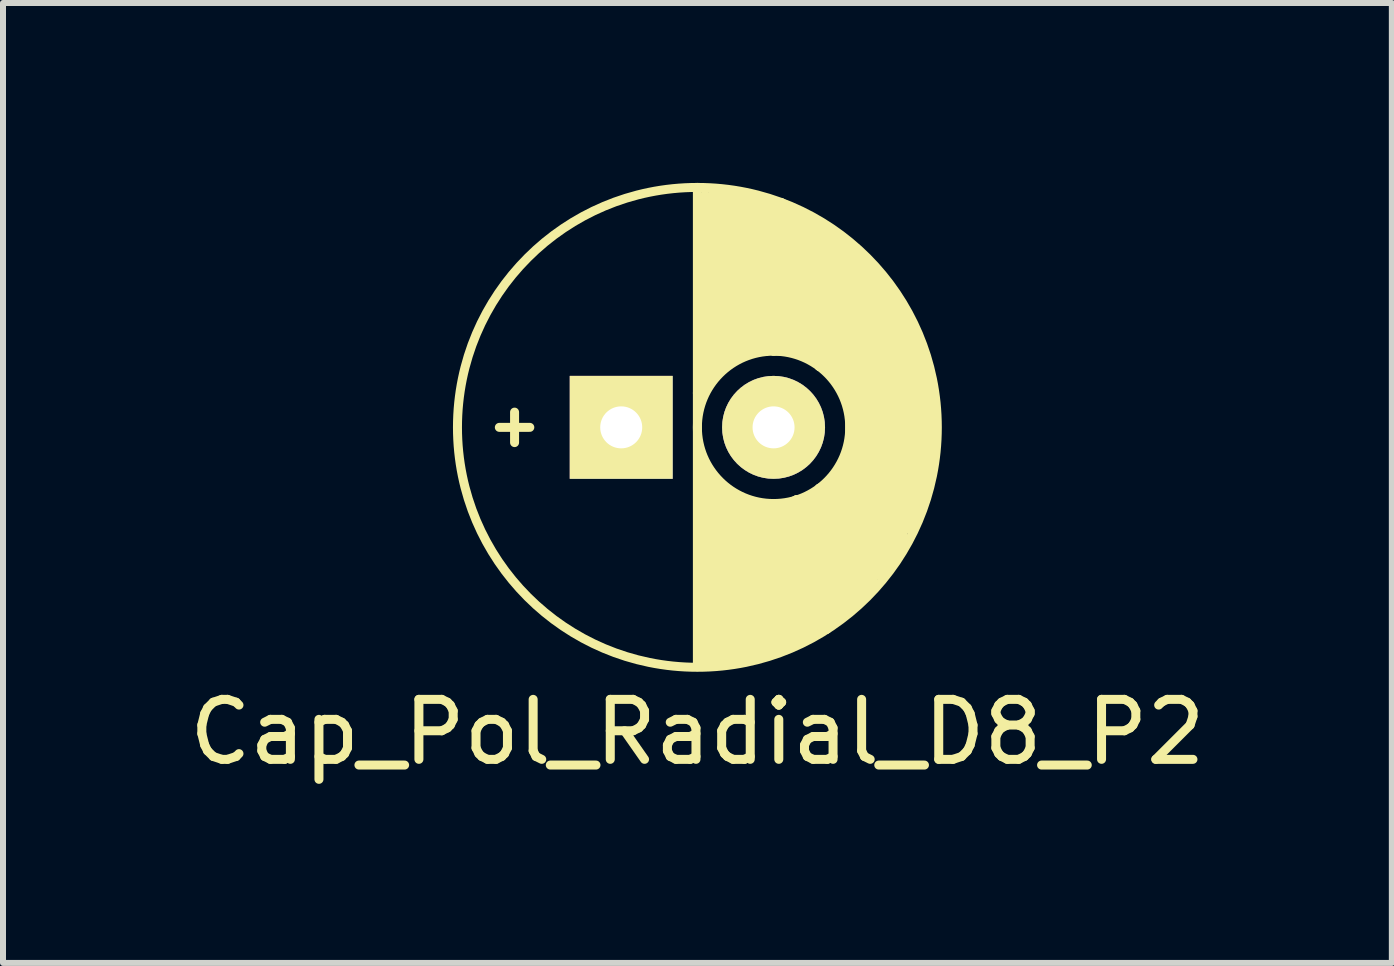
<source format=kicad_pcb>
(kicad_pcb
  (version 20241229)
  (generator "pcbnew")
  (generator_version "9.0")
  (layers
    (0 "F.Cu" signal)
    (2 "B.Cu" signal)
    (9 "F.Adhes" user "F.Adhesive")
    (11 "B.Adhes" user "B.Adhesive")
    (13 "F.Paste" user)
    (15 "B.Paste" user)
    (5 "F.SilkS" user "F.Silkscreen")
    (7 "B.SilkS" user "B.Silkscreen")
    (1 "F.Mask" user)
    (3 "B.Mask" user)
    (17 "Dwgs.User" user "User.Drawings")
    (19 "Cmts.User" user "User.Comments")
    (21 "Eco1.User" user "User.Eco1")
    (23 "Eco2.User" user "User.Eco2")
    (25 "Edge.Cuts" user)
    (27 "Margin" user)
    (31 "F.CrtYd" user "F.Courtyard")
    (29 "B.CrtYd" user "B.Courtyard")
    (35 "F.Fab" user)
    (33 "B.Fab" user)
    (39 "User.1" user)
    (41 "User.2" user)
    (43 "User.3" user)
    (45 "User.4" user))
  (footprint "Cap_Pol_Radial_D8_P2"
    (layer "F.Cu")
    (at 7.307 4.075)
    (property "Reference" "Cap_Pol_Radial_D8_P2" (at 1.27 5.08 180) (layer "F.SilkS") (effects (font (size 1 1) (thickness 0.15))))
    (attr through_hole)
    (fp_line (start -1.778 -0.254) (end -1.778 0.254) (stroke (width 0.15) (type solid)) (layer "F.SilkS"))
    (fp_line (start -1.524 0) (end -2.032 0) (stroke (width 0.15) (type solid)) (layer "F.SilkS"))
    (fp_line (start 1.27 -4) (end 1.27 3.937) (stroke (width 0.15) (type solid)) (layer "F.SilkS"))
    (fp_line (start 1.27 -0.572) (end 1.397 -0.699) (stroke (width 0.15) (type solid)) (layer "F.SilkS"))
    (fp_line (start 1.27 3.937) (end 1.397 3.937) (stroke (width 0.15) (type solid)) (layer "F.SilkS"))
    (fp_line (start 1.397 -0.699) (end 1.397 -3.873) (stroke (width 0.15) (type solid)) (layer "F.SilkS"))
    (fp_line (start 1.397 3.937) (end 1.397 0.635) (stroke (width 0.15) (type solid)) (layer "F.SilkS"))
    (fp_line (start 1.524 -3.937) (end 1.524 -0.826) (stroke (width 0.15) (type solid)) (layer "F.SilkS"))
    (fp_line (start 1.524 -0.826) (end 1.651 -0.953) (stroke (width 0.15) (type solid)) (layer "F.SilkS"))
    (fp_line (start 1.524 0.826) (end 1.651 0.953) (stroke (width 0.15) (type solid)) (layer "F.SilkS"))
    (fp_line (start 1.524 3.937) (end 1.524 0.826) (stroke (width 0.15) (type solid)) (layer "F.SilkS"))
    (fp_line (start 1.651 -3.937) (end 1.778 -3.873) (stroke (width 0.15) (type solid)) (layer "F.SilkS"))
    (fp_line (start 1.651 -0.953) (end 1.651 -3.937) (stroke (width 0.15) (type solid)) (layer "F.SilkS"))
    (fp_line (start 1.651 0.953) (end 1.651 3.937) (stroke (width 0.15) (type solid)) (layer "F.SilkS"))
    (fp_line (start 1.651 3.937) (end 1.778 3.937) (stroke (width 0.15) (type solid)) (layer "F.SilkS"))
    (fp_line (start 1.778 -3.873) (end 1.778 -1.079) (stroke (width 0.15) (type solid)) (layer "F.SilkS"))
    (fp_line (start 1.778 -1.079) (end 1.905 -1.206) (stroke (width 0.15) (type solid)) (layer "F.SilkS"))
    (fp_line (start 1.778 1.079) (end 1.905 1.143) (stroke (width 0.15) (type solid)) (layer "F.SilkS"))
    (fp_line (start 1.778 3.937) (end 1.778 1.079) (stroke (width 0.15) (type solid)) (layer "F.SilkS"))
    (fp_line (start 1.905 -3.937) (end 2.032 -3.873) (stroke (width 0.15) (type solid)) (layer "F.SilkS"))
    (fp_line (start 1.905 -1.206) (end 1.905 -3.937) (stroke (width 0.15) (type solid)) (layer "F.SilkS"))
    (fp_line (start 1.905 1.143) (end 1.905 3.937) (stroke (width 0.15) (type solid)) (layer "F.SilkS"))
    (fp_line (start 1.905 3.937) (end 2.032 3.873) (stroke (width 0.15) (type solid)) (layer "F.SilkS"))
    (fp_line (start 2.032 -3.873) (end 2.032 -1.206) (stroke (width 0.15) (type solid)) (layer "F.SilkS"))
    (fp_line (start 2.032 -1.206) (end 2.159 -1.27) (stroke (width 0.15) (type solid)) (layer "F.SilkS"))
    (fp_line (start 2.032 1.206) (end 2.159 1.27) (stroke (width 0.15) (type solid)) (layer "F.SilkS"))
    (fp_line (start 2.032 3.873) (end 2.032 1.206) (stroke (width 0.15) (type solid)) (layer "F.SilkS"))
    (fp_line (start 2.159 -3.81) (end 2.286 -3.81) (stroke (width 0.15) (type solid)) (layer "F.SilkS"))
    (fp_line (start 2.159 -1.27) (end 2.159 -3.81) (stroke (width 0.15) (type solid)) (layer "F.SilkS"))
    (fp_line (start 2.159 1.27) (end 2.159 3.81) (stroke (width 0.15) (type solid)) (layer "F.SilkS"))
    (fp_line (start 2.159 3.81) (end 2.286 3.81) (stroke (width 0.15) (type solid)) (layer "F.SilkS"))
    (fp_line (start 2.286 -3.81) (end 2.286 -1.27) (stroke (width 0.15) (type solid)) (layer "F.SilkS"))
    (fp_line (start 2.286 -1.27) (end 2.413 -1.27) (stroke (width 0.15) (type solid)) (layer "F.SilkS"))
    (fp_line (start 2.286 1.27) (end 2.413 1.27) (stroke (width 0.15) (type solid)) (layer "F.SilkS"))
    (fp_line (start 2.286 3.81) (end 2.286 1.27) (stroke (width 0.15) (type solid)) (layer "F.SilkS"))
    (fp_line (start 2.413 -3.81) (end 2.54 -3.747) (stroke (width 0.15) (type solid)) (layer "F.SilkS"))
    (fp_line (start 2.413 -1.27) (end 2.413 -3.81) (stroke (width 0.15) (type solid)) (layer "F.SilkS"))
    (fp_line (start 2.413 1.27) (end 2.413 3.81) (stroke (width 0.15) (type solid)) (layer "F.SilkS"))
    (fp_line (start 2.413 3.81) (end 2.54 3.747) (stroke (width 0.15) (type solid)) (layer "F.SilkS"))
    (fp_line (start 2.54 -3.747) (end 2.54 -1.27) (stroke (width 0.15) (type solid)) (layer "F.SilkS"))
    (fp_line (start 2.54 -1.27) (end 2.667 -1.27) (stroke (width 0.15) (type solid)) (layer "F.SilkS"))
    (fp_line (start 2.54 1.333) (end 2.667 1.333) (stroke (width 0.15) (type solid)) (layer "F.SilkS"))
    (fp_line (start 2.54 3.747) (end 2.54 1.333) (stroke (width 0.15) (type solid)) (layer "F.SilkS"))
    (fp_line (start 2.667 -3.747) (end 2.794 -3.683) (stroke (width 0.15) (type solid)) (layer "F.SilkS"))
    (fp_line (start 2.667 -1.27) (end 2.667 -3.747) (stroke (width 0.15) (type solid)) (layer "F.SilkS"))
    (fp_line (start 2.667 1.333) (end 2.667 3.683) (stroke (width 0.15) (type solid)) (layer "F.SilkS"))
    (fp_line (start 2.667 3.683) (end 2.794 3.619) (stroke (width 0.15) (type solid)) (layer "F.SilkS"))
    (fp_line (start 2.794 -3.683) (end 2.794 -1.27) (stroke (width 0.15) (type solid)) (layer "F.SilkS"))
    (fp_line (start 2.794 -1.27) (end 2.921 -1.27) (stroke (width 0.15) (type solid)) (layer "F.SilkS"))
    (fp_line (start 2.794 1.27) (end 2.921 1.206) (stroke (width 0.15) (type solid)) (layer "F.SilkS"))
    (fp_line (start 2.794 3.619) (end 2.794 1.27) (stroke (width 0.15) (type solid)) (layer "F.SilkS"))
    (fp_line (start 2.921 -3.619) (end 3.048 -3.556) (stroke (width 0.15) (type solid)) (layer "F.SilkS"))
    (fp_line (start 2.921 -1.27) (end 2.921 -3.619) (stroke (width 0.15) (type solid)) (layer "F.SilkS"))
    (fp_line (start 2.921 1.206) (end 2.921 3.619) (stroke (width 0.15) (type solid)) (layer "F.SilkS"))
    (fp_line (start 2.921 3.619) (end 3.048 3.493) (stroke (width 0.15) (type solid)) (layer "F.SilkS"))
    (fp_line (start 3.048 -3.556) (end 3.048 -1.206) (stroke (width 0.15) (type solid)) (layer "F.SilkS"))
    (fp_line (start 3.048 -1.206) (end 3.175 -1.143) (stroke (width 0.15) (type solid)) (layer "F.SilkS"))
    (fp_line (start 3.048 1.206) (end 3.175 1.143) (stroke (width 0.15) (type solid)) (layer "F.SilkS"))
    (fp_line (start 3.048 3.493) (end 3.048 1.206) (stroke (width 0.15) (type solid)) (layer "F.SilkS"))
    (fp_line (start 3.175 -3.493) (end 3.302 -3.429) (stroke (width 0.15) (type solid)) (layer "F.SilkS"))
    (fp_line (start 3.175 -1.143) (end 3.175 -3.493) (stroke (width 0.15) (type solid)) (layer "F.SilkS"))
    (fp_line (start 3.175 1.143) (end 3.175 3.493) (stroke (width 0.15) (type solid)) (layer "F.SilkS"))
    (fp_line (start 3.175 3.493) (end 3.302 3.365) (stroke (width 0.15) (type solid)) (layer "F.SilkS"))
    (fp_line (start 3.302 -3.429) (end 3.302 -1.016) (stroke (width 0.15) (type solid)) (layer "F.SilkS"))
    (fp_line (start 3.302 -1.016) (end 3.429 -0.953) (stroke (width 0.15) (type solid)) (layer "F.SilkS"))
    (fp_line (start 3.302 1.016) (end 3.429 0.953) (stroke (width 0.15) (type solid)) (layer "F.SilkS"))
    (fp_line (start 3.302 3.365) (end 3.302 1.016) (stroke (width 0.15) (type solid)) (layer "F.SilkS"))
    (fp_line (start 3.429 -3.302) (end 3.556 -3.239) (stroke (width 0.15) (type solid)) (layer "F.SilkS"))
    (fp_line (start 3.429 -0.953) (end 3.429 -3.302) (stroke (width 0.15) (type solid)) (layer "F.SilkS"))
    (fp_line (start 3.429 0.953) (end 3.429 3.365) (stroke (width 0.15) (type solid)) (layer "F.SilkS"))
    (fp_line (start 3.429 3.365) (end 3.556 3.175) (stroke (width 0.15) (type solid)) (layer "F.SilkS"))
    (fp_line (start 3.556 -3.239) (end 3.556 -0.826) (stroke (width 0.15) (type solid)) (layer "F.SilkS"))
    (fp_line (start 3.556 -0.826) (end 3.683 -0.635) (stroke (width 0.15) (type solid)) (layer "F.SilkS"))
    (fp_line (start 3.556 0.826) (end 3.683 0.635) (stroke (width 0.15) (type solid)) (layer "F.SilkS"))
    (fp_line (start 3.556 3.175) (end 3.556 0.826) (stroke (width 0.15) (type solid)) (layer "F.SilkS"))
    (fp_line (start 3.683 -3.175) (end 3.81 -3.048) (stroke (width 0.15) (type solid)) (layer "F.SilkS"))
    (fp_line (start 3.683 -0.635) (end 3.683 -3.111) (stroke (width 0.15) (type solid)) (layer "F.SilkS"))
    (fp_line (start 3.683 0.635) (end 3.683 3.111) (stroke (width 0.15) (type solid)) (layer "F.SilkS"))
    (fp_line (start 3.81 -3.048) (end 3.81 3.048) (stroke (width 0.15) (type solid)) (layer "F.SilkS"))
    (fp_line (start 3.81 -2.985) (end 4.191 -2.603) (stroke (width 0.15) (type solid)) (layer "F.SilkS"))
    (fp_line (start 3.81 3.048) (end 3.937 2.857) (stroke (width 0.15) (type solid)) (layer "F.SilkS"))
    (fp_line (start 3.937 -2.857) (end 4.064 -2.794) (stroke (width 0.15) (type solid)) (layer "F.SilkS"))
    (fp_line (start 3.937 2.857) (end 3.937 -2.857) (stroke (width 0.15) (type solid)) (layer "F.SilkS"))
    (fp_line (start 3.937 2.857) (end 4.064 2.731) (stroke (width 0.15) (type solid)) (layer "F.SilkS"))
    (fp_line (start 4.064 -2.794) (end 4.064 2.731) (stroke (width 0.15) (type solid)) (layer "F.SilkS"))
    (fp_line (start 4.064 2.731) (end 4.191 2.603) (stroke (width 0.15) (type solid)) (layer "F.SilkS"))
    (fp_line (start 4.191 -2.603) (end 4.318 -2.477) (stroke (width 0.15) (type solid)) (layer "F.SilkS"))
    (fp_line (start 4.191 2.603) (end 4.191 -2.603) (stroke (width 0.15) (type solid)) (layer "F.SilkS"))
    (fp_line (start 4.318 -2.477) (end 4.318 2.477) (stroke (width 0.15) (type solid)) (layer "F.SilkS"))
    (fp_line (start 4.318 2.477) (end 4.445 2.349) (stroke (width 0.15) (type solid)) (layer "F.SilkS"))
    (fp_line (start 4.445 -2.413) (end 4.572 -2.159) (stroke (width 0.15) (type solid)) (layer "F.SilkS"))
    (fp_line (start 4.445 2.223) (end 4.508 2.159) (stroke (width 0.15) (type solid)) (layer "F.SilkS"))
    (fp_line (start 4.445 2.349) (end 4.445 -2.413) (stroke (width 0.15) (type solid)) (layer "F.SilkS"))
    (fp_line (start 4.572 -2.159) (end 4.572 2.095) (stroke (width 0.15) (type solid)) (layer "F.SilkS"))
    (fp_line (start 4.572 2.095) (end 4.699 1.905) (stroke (width 0.15) (type solid)) (layer "F.SilkS"))
    (fp_line (start 4.636 -1.968) (end 4.445 -2.032) (stroke (width 0.15) (type solid)) (layer "F.SilkS"))
    (fp_line (start 4.699 -1.905) (end 4.826 -1.651) (stroke (width 0.15) (type solid)) (layer "F.SilkS"))
    (fp_line (start 4.699 1.905) (end 4.699 -1.905) (stroke (width 0.15) (type solid)) (layer "F.SilkS"))
    (fp_line (start 4.763 -1.905) (end 4.636 -1.968) (stroke (width 0.15) (type solid)) (layer "F.SilkS"))
    (fp_line (start 4.826 -1.651) (end 4.826 1.714) (stroke (width 0.15) (type solid)) (layer "F.SilkS"))
    (fp_line (start 4.826 1.714) (end 4.953 1.333) (stroke (width 0.15) (type solid)) (layer "F.SilkS"))
    (fp_line (start 4.953 -1.46) (end 5.08 -1.079) (stroke (width 0.15) (type solid)) (layer "F.SilkS"))
    (fp_line (start 4.953 1.333) (end 4.953 -1.46) (stroke (width 0.15) (type solid)) (layer "F.SilkS"))
    (fp_line (start 5.016 1.206) (end 5.016 1.016) (stroke (width 0.15) (type solid)) (layer "F.SilkS"))
    (fp_line (start 5.08 -1.079) (end 5.08 1.016) (stroke (width 0.15) (type solid)) (layer "F.SilkS"))
    (fp_line (start 5.08 1.016) (end 5.144 0.699) (stroke (width 0.15) (type solid)) (layer "F.SilkS"))
    (fp_line (start 5.144 0.699) (end 5.144 -0.572) (stroke (width 0.15) (type solid)) (layer "F.SilkS"))
    (fp_circle (center 1.27 0) (end 5.27 0) (stroke (width 0.15) (type solid)) (fill no) (layer "F.SilkS"))
    (fp_circle (center 2.54 0) (end 3.81 0) (stroke (width 0.15) (type solid)) (fill no) (layer "F.SilkS"))
    (pad "1" thru_hole rect (at 0 0) (size 1.716 1.716) (drill 0.7) (layers "*.Cu" "*.Mask" "F.SilkS"))
    (pad "2" thru_hole circle (at 2.54 0) (size 1.716 1.716) (drill 0.7) (layers "*.Cu" "*.Mask" "F.SilkS")))
  (gr_rect
    (start -3 -3)
    (end 20.155 13.004)
    (stroke (width 0.1) (type default))
    (fill no)
    (layer "Edge.Cuts")))
</source>
